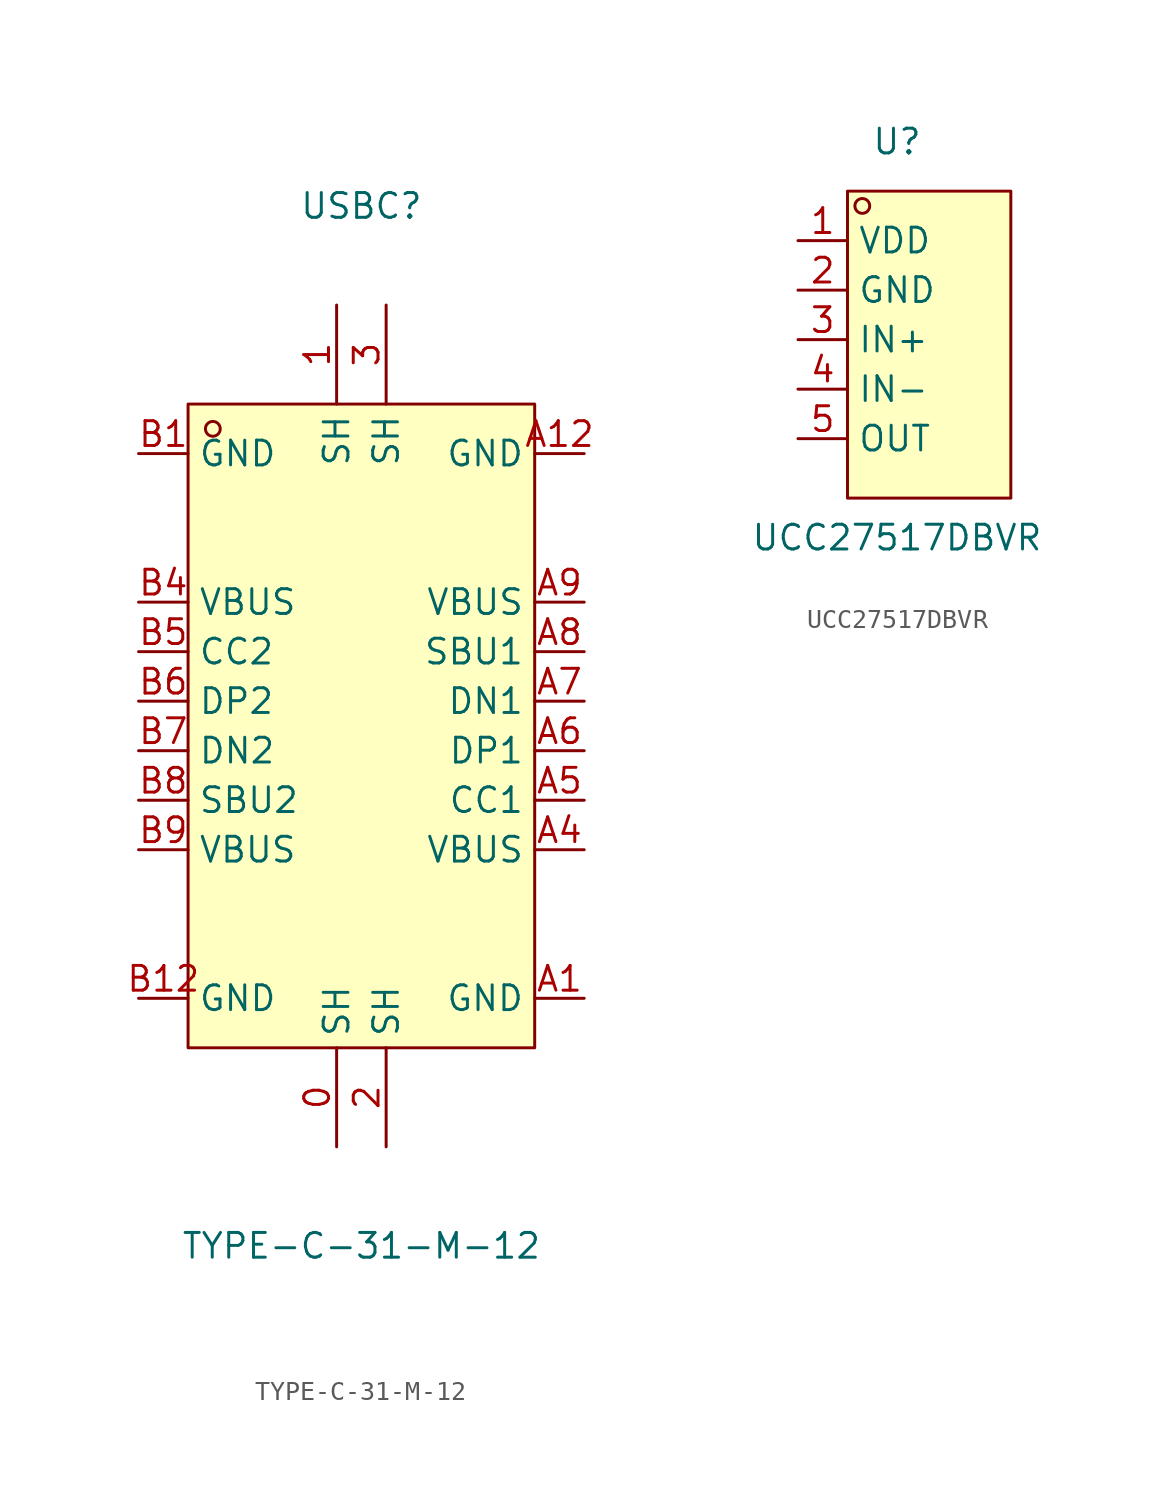
<source format=kicad_sym>
(kicad_symbol_lib
  (version 20231120)
  (generator "kicad_symbol_editor")
  (generator_version "8.0")
  (symbol "TYPE-C-31-M-12"
    (property "Reference" "USBC"
      (at 0 26.67 0)
      (effects (font (size 1.27 1.27))))
    (property "Value" "TYPE-C-31-M-12"
      (at 0 -26.67 0)
      (effects (font (size 1.27 1.27))))
    (symbol "TYPE-C-31-M-12_0_1"
      (rectangle (start -8.89 16.51) (end 8.89 -16.51) (stroke (width 0) (type default)) (fill (type background)))
      (circle (center -7.62 15.24) (radius 0.38) (stroke (width 0) (type default)) (fill (type none)))
      (pin unspecified line (at -1.27 -21.59 90) (length 5.08) (name "SH" (effects (font (size 1.27 1.27)))) (number "0" (effects (font (size 1.27 1.27)))))
      (pin unspecified line (at -1.27 21.59 270) (length 5.08) (name "SH" (effects (font (size 1.27 1.27)))) (number "1" (effects (font (size 1.27 1.27)))))
      (pin unspecified line (at 1.27 -21.59 90) (length 5.08) (name "SH" (effects (font (size 1.27 1.27)))) (number "2" (effects (font (size 1.27 1.27)))))
      (pin unspecified line (at 1.27 21.59 270) (length 5.08) (name "SH" (effects (font (size 1.27 1.27)))) (number "3" (effects (font (size 1.27 1.27)))))
      (pin unspecified line (at 11.43 -13.97 180) (length 2.54) (name "GND" (effects (font (size 1.27 1.27)))) (number "A1" (effects (font (size 1.27 1.27)))))
      (pin unspecified line (at 11.43 13.97 180) (length 2.54) (name "GND" (effects (font (size 1.27 1.27)))) (number "A12" (effects (font (size 1.27 1.27)))))
      (pin unspecified line (at 11.43 -6.35 180) (length 2.54) (name "VBUS" (effects (font (size 1.27 1.27)))) (number "A4" (effects (font (size 1.27 1.27)))))
      (pin unspecified line (at 11.43 -3.81 180) (length 2.54) (name "CC1" (effects (font (size 1.27 1.27)))) (number "A5" (effects (font (size 1.27 1.27)))))
      (pin unspecified line (at 11.43 -1.27 180) (length 2.54) (name "DP1" (effects (font (size 1.27 1.27)))) (number "A6" (effects (font (size 1.27 1.27)))))
      (pin unspecified line (at 11.43 1.27 180) (length 2.54) (name "DN1" (effects (font (size 1.27 1.27)))) (number "A7" (effects (font (size 1.27 1.27)))))
      (pin unspecified line (at 11.43 3.81 180) (length 2.54) (name "SBU1" (effects (font (size 1.27 1.27)))) (number "A8" (effects (font (size 1.27 1.27)))))
      (pin unspecified line (at 11.43 6.35 180) (length 2.54) (name "VBUS" (effects (font (size 1.27 1.27)))) (number "A9" (effects (font (size 1.27 1.27)))))
      (pin unspecified line (at -11.43 13.97 0) (length 2.54) (name "GND" (effects (font (size 1.27 1.27)))) (number "B1" (effects (font (size 1.27 1.27)))))
      (pin unspecified line (at -11.43 -13.97 0) (length 2.54) (name "GND" (effects (font (size 1.27 1.27)))) (number "B12" (effects (font (size 1.27 1.27)))))
      (pin unspecified line (at -11.43 6.35 0) (length 2.54) (name "VBUS" (effects (font (size 1.27 1.27)))) (number "B4" (effects (font (size 1.27 1.27)))))
      (pin unspecified line (at -11.43 3.81 0) (length 2.54) (name "CC2" (effects (font (size 1.27 1.27)))) (number "B5" (effects (font (size 1.27 1.27)))))
      (pin unspecified line (at -11.43 1.27 0) (length 2.54) (name "DP2" (effects (font (size 1.27 1.27)))) (number "B6" (effects (font (size 1.27 1.27)))))
      (pin unspecified line (at -11.43 -1.27 0) (length 2.54) (name "DN2" (effects (font (size 1.27 1.27)))) (number "B7" (effects (font (size 1.27 1.27)))))
      (pin unspecified line (at -11.43 -3.81 0) (length 2.54) (name "SBU2" (effects (font (size 1.27 1.27)))) (number "B8" (effects (font (size 1.27 1.27)))))
      (pin unspecified line (at -11.43 -6.35 0) (length 2.54) (name "VBUS" (effects (font (size 1.27 1.27)))) (number "B9" (effects (font (size 1.27 1.27)))))))
  (symbol "UCC27517DBVR"
    (property "Reference" "U"
      (at 0 10.16 0)
      (effects (font (size 1.27 1.27))))
    (property "Value" "UCC27517DBVR"
      (at 0 -10.16 0)
      (effects (font (size 1.27 1.27))))
    (symbol "UCC27517DBVR_0_1"
      (rectangle (start -2.54 7.62) (end 5.84 -8.13) (stroke (width 0) (type default)) (fill (type background)))
      (circle (center -1.78 6.86) (radius 0.38) (stroke (width 0) (type default)) (fill (type none)))
      (pin unspecified line (at -5.08 5.08 0) (length 2.54) (name "VDD" (effects (font (size 1.27 1.27)))) (number "1" (effects (font (size 1.27 1.27)))))
      (pin unspecified line (at -5.08 2.54 0) (length 2.54) (name "GND" (effects (font (size 1.27 1.27)))) (number "2" (effects (font (size 1.27 1.27)))))
      (pin unspecified line (at -5.08 0 0) (length 2.54) (name "IN+" (effects (font (size 1.27 1.27)))) (number "3" (effects (font (size 1.27 1.27)))))
      (pin unspecified line (at -5.08 -2.54 0) (length 2.54) (name "IN-" (effects (font (size 1.27 1.27)))) (number "4" (effects (font (size 1.27 1.27)))))
      (pin unspecified line (at -5.08 -5.08 0) (length 2.54) (name "OUT" (effects (font (size 1.27 1.27)))) (number "5" (effects (font (size 1.27 1.27))))))))
</source>
